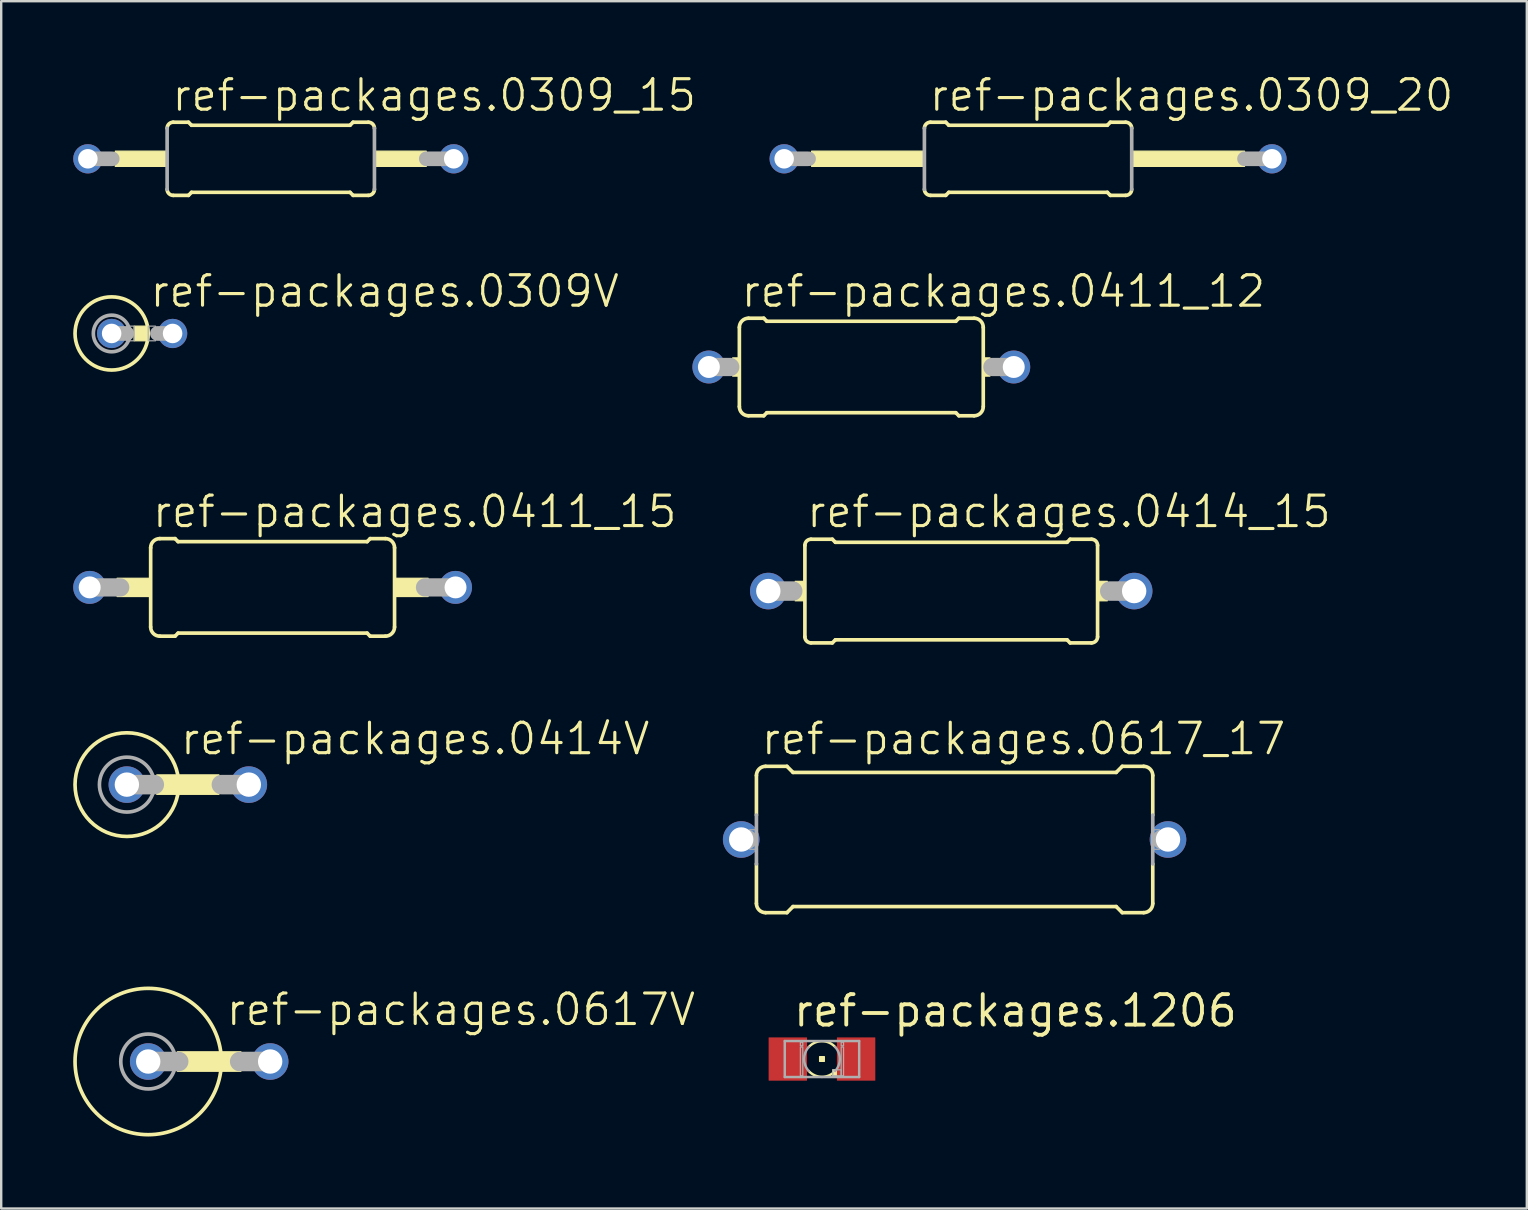
<source format=kicad_pcb>
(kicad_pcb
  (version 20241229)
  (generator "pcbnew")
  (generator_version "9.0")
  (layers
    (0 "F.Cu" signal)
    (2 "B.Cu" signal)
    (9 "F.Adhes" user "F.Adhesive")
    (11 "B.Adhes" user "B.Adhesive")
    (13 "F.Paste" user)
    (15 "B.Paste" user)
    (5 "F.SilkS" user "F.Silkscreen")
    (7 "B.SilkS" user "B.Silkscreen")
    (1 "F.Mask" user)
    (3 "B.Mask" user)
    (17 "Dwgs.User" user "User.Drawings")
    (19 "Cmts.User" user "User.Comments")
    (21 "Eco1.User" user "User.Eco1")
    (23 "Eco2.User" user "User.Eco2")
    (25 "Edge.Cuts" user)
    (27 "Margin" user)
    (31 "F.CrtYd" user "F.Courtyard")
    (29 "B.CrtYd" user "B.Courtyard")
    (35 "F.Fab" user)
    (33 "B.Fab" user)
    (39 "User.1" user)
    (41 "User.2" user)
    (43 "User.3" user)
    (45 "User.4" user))
  (footprint "ref-packages.0309_15"
    (layer "F.Cu")
    (at 8.23 3.565)
    (property "Reference" "ref-packages.0309_15" (at -4.191 -1.905 0) (layer "F.SilkS") (effects (font (size 1.27 1.27) (thickness 0.13)) (justify left bottom)))
    (attr through_hole)
    (fp_line (start -4.064 -1.524) (end -3.429 -1.524) (stroke (width 0.152) (type default)) (layer "F.SilkS"))
    (fp_line (start -4.064 1.524) (end -3.429 1.524) (stroke (width 0.152) (type default)) (layer "F.SilkS"))
    (fp_line (start -3.302 -1.397) (end -3.429 -1.524) (stroke (width 0.152) (type default)) (layer "F.SilkS"))
    (fp_line (start -3.302 1.397) (end -3.429 1.524) (stroke (width 0.152) (type default)) (layer "F.SilkS"))
    (fp_line (start 3.302 -1.397) (end -3.302 -1.397) (stroke (width 0.152) (type default)) (layer "F.SilkS"))
    (fp_line (start 3.302 -1.397) (end 3.429 -1.524) (stroke (width 0.152) (type default)) (layer "F.SilkS"))
    (fp_line (start 3.302 1.397) (end -3.302 1.397) (stroke (width 0.152) (type default)) (layer "F.SilkS"))
    (fp_line (start 3.302 1.397) (end 3.429 1.524) (stroke (width 0.152) (type default)) (layer "F.SilkS"))
    (fp_line (start 4.064 -1.524) (end 3.429 -1.524) (stroke (width 0.152) (type default)) (layer "F.SilkS"))
    (fp_line (start 4.064 1.524) (end 3.429 1.524) (stroke (width 0.152) (type default)) (layer "F.SilkS"))
    (fp_rect (start -6.477 0.318) (end -4.318 -0.318) (stroke (width 0.05) (type default)) (fill yes) (layer "F.SilkS"))
    (fp_rect (start 4.318 0.318) (end 6.477 -0.318) (stroke (width 0.05) (type default)) (fill yes) (layer "F.SilkS"))
    (fp_arc (start -4.318 -1.27) (mid -4.243605 -1.449605) (end -4.064 -1.524) (stroke (width 0.1524) (type default)) (layer "F.SilkS"))
    (fp_arc (start -4.064 1.524) (mid -4.243605 1.449605) (end -4.318 1.27) (stroke (width 0.1524) (type default)) (layer "F.SilkS"))
    (fp_arc (start 4.064 -1.524) (mid 4.243605 -1.449605) (end 4.318 -1.27) (stroke (width 0.1524) (type default)) (layer "F.SilkS"))
    (fp_arc (start 4.318 1.27) (mid 4.243605 1.449605) (end 4.064 1.524) (stroke (width 0.1524) (type default)) (layer "F.SilkS"))
    (fp_line (start -6.604 0) (end -7.62 0) (stroke (width 0.61) (type default)) (layer "F.Fab"))
    (fp_line (start -4.318 1.27) (end -4.318 -1.27) (stroke (width 0.152) (type default)) (layer "F.Fab"))
    (fp_line (start 4.318 1.27) (end 4.318 -1.27) (stroke (width 0.152) (type default)) (layer "F.Fab"))
    (fp_line (start 7.62 0) (end 6.477 0) (stroke (width 0.61) (type default)) (layer "F.Fab"))
    (pad "1" thru_hole circle (at -7.62 0) (size 1.219 1.219) (drill 0.813) (layers "*.Cu" "*.Mask"))
    (pad "2" thru_hole circle (at 7.62 0) (size 1.219 1.219) (drill 0.813) (layers "*.Cu" "*.Mask")))
  (footprint "ref-packages.0411_15"
    (layer "F.Cu")
    (at 8.306 21.419)
    (property "Reference" "ref-packages.0411_15" (at -5.08 -2.413 0) (layer "F.SilkS") (effects (font (size 1.27 1.27) (thickness 0.13)) (justify left bottom)))
    (attr through_hole)
    (fp_line (start -5.08 -1.651) (end -5.08 1.651) (stroke (width 0.152) (type default)) (layer "F.SilkS"))
    (fp_line (start -4.699 -2.032) (end -4.064 -2.032) (stroke (width 0.152) (type default)) (layer "F.SilkS"))
    (fp_line (start -4.699 2.032) (end -4.064 2.032) (stroke (width 0.152) (type default)) (layer "F.SilkS"))
    (fp_line (start -3.937 -1.905) (end -4.064 -2.032) (stroke (width 0.152) (type default)) (layer "F.SilkS"))
    (fp_line (start -3.937 -1.905) (end 3.937 -1.905) (stroke (width 0.152) (type default)) (layer "F.SilkS"))
    (fp_line (start -3.937 1.905) (end -4.064 2.032) (stroke (width 0.152) (type default)) (layer "F.SilkS"))
    (fp_line (start -3.937 1.905) (end 3.937 1.905) (stroke (width 0.152) (type default)) (layer "F.SilkS"))
    (fp_line (start 3.937 -1.905) (end 4.064 -2.032) (stroke (width 0.152) (type default)) (layer "F.SilkS"))
    (fp_line (start 3.937 1.905) (end 4.064 2.032) (stroke (width 0.152) (type default)) (layer "F.SilkS"))
    (fp_line (start 4.699 -2.032) (end 4.064 -2.032) (stroke (width 0.152) (type default)) (layer "F.SilkS"))
    (fp_line (start 4.699 2.032) (end 4.064 2.032) (stroke (width 0.152) (type default)) (layer "F.SilkS"))
    (fp_line (start 5.08 1.651) (end 5.08 -1.651) (stroke (width 0.152) (type default)) (layer "F.SilkS"))
    (fp_rect (start -6.477 0.381) (end -5.08 -0.381) (stroke (width 0.05) (type default)) (fill yes) (layer "F.SilkS"))
    (fp_rect (start 5.08 0.381) (end 6.477 -0.381) (stroke (width 0.05) (type default)) (fill yes) (layer "F.SilkS"))
    (fp_arc (start -5.08 -1.651) (mid -4.968408 -1.920408) (end -4.699 -2.032) (stroke (width 0.1524) (type default)) (layer "F.SilkS"))
    (fp_arc (start -4.699 2.032) (mid -4.968408 1.920408) (end -5.08 1.651) (stroke (width 0.1524) (type default)) (layer "F.SilkS"))
    (fp_arc (start 4.699 -2.032) (mid 4.968408 -1.920408) (end 5.08 -1.651) (stroke (width 0.1524) (type default)) (layer "F.SilkS"))
    (fp_arc (start 5.08 1.651) (mid 4.968408 1.920408) (end 4.699 2.032) (stroke (width 0.1524) (type default)) (layer "F.SilkS"))
    (fp_line (start -7.62 0) (end -6.35 0) (stroke (width 0.762) (type default)) (layer "F.Fab"))
    (fp_line (start 6.35 0) (end 7.62 0) (stroke (width 0.762) (type default)) (layer "F.Fab"))
    (pad "1" thru_hole circle (at -7.62 0) (size 1.372 1.372) (drill 0.914) (layers "*.Cu" "*.Mask"))
    (pad "2" thru_hole circle (at 7.62 0) (size 1.372 1.372) (drill 0.914) (layers "*.Cu" "*.Mask")))
  (footprint "ref-packages.0414_15"
    (layer "F.Cu")
    (at 36.576 21.572)
    (property "Reference" "ref-packages.0414_15" (at -6.096 -2.565 0) (layer "F.SilkS") (effects (font (size 1.27 1.27) (thickness 0.13)) (justify left bottom)))
    (attr through_hole)
    (fp_line (start -6.096 1.905) (end -6.096 -1.905) (stroke (width 0.152) (type default)) (layer "F.SilkS"))
    (fp_line (start -5.842 -2.159) (end -4.953 -2.159) (stroke (width 0.152) (type default)) (layer "F.SilkS"))
    (fp_line (start -5.842 2.159) (end -4.953 2.159) (stroke (width 0.152) (type default)) (layer "F.SilkS"))
    (fp_line (start -4.826 -2.032) (end -4.953 -2.159) (stroke (width 0.152) (type default)) (layer "F.SilkS"))
    (fp_line (start -4.826 2.032) (end -4.953 2.159) (stroke (width 0.152) (type default)) (layer "F.SilkS"))
    (fp_line (start 4.826 -2.032) (end -4.826 -2.032) (stroke (width 0.152) (type default)) (layer "F.SilkS"))
    (fp_line (start 4.826 -2.032) (end 4.953 -2.159) (stroke (width 0.152) (type default)) (layer "F.SilkS"))
    (fp_line (start 4.826 2.032) (end -4.826 2.032) (stroke (width 0.152) (type default)) (layer "F.SilkS"))
    (fp_line (start 4.826 2.032) (end 4.953 2.159) (stroke (width 0.152) (type default)) (layer "F.SilkS"))
    (fp_line (start 5.842 -2.159) (end 4.953 -2.159) (stroke (width 0.152) (type default)) (layer "F.SilkS"))
    (fp_line (start 5.842 2.159) (end 4.953 2.159) (stroke (width 0.152) (type default)) (layer "F.SilkS"))
    (fp_line (start 6.096 1.905) (end 6.096 -1.905) (stroke (width 0.152) (type default)) (layer "F.SilkS"))
    (fp_rect (start -6.502 0.406) (end -6.096 -0.406) (stroke (width 0.05) (type default)) (fill yes) (layer "F.SilkS"))
    (fp_rect (start 6.096 0.406) (end 6.502 -0.406) (stroke (width 0.05) (type default)) (fill yes) (layer "F.SilkS"))
    (fp_arc (start -6.096 -1.905) (mid -6.021605 -2.084605) (end -5.842 -2.159) (stroke (width 0.1524) (type default)) (layer "F.SilkS"))
    (fp_arc (start -5.842 2.159) (mid -6.021605 2.084605) (end -6.096 1.905) (stroke (width 0.1524) (type default)) (layer "F.SilkS"))
    (fp_arc (start 5.842 -2.159) (mid 6.021605 -2.084605) (end 6.096 -1.905) (stroke (width 0.1524) (type default)) (layer "F.SilkS"))
    (fp_arc (start 6.096 1.905) (mid 6.021605 2.084605) (end 5.842 2.159) (stroke (width 0.1524) (type default)) (layer "F.SilkS"))
    (fp_line (start -7.62 0) (end -6.604 0) (stroke (width 0.813) (type default)) (layer "F.Fab"))
    (fp_line (start 7.62 0) (end 6.604 0) (stroke (width 0.813) (type default)) (layer "F.Fab"))
    (pad "1" thru_hole circle (at -7.62 0) (size 1.524 1.524) (drill 1.016) (layers "*.Cu" "*.Mask"))
    (pad "2" thru_hole circle (at 7.62 0) (size 1.524 1.524) (drill 1.016) (layers "*.Cu" "*.Mask")))
  (footprint "ref-packages.0414V"
    (layer "F.Cu")
    (at 4.775 29.635)
    (property "Reference" "ref-packages.0414V" (at -0.381 -1.168 0) (layer "F.SilkS") (effects (font (size 1.27 1.27) (thickness 0.13)) (justify left bottom)))
    (attr through_hole)
    (fp_rect (start -1.295 0.406) (end 1.295 -0.406) (stroke (width 0.05) (type default)) (fill yes) (layer "F.SilkS"))
    (fp_circle (center -2.54 0) (end -0.381 0) (stroke (width 0.152) (type default)) (fill no) (layer "F.SilkS"))
    (fp_line (start -2.54 0) (end -1.397 0) (stroke (width 0.813) (type default)) (layer "F.Fab"))
    (fp_line (start 2.54 0) (end 1.397 0) (stroke (width 0.813) (type default)) (layer "F.Fab"))
    (fp_circle (center -2.54 0) (end -1.397 0) (stroke (width 0.152) (type default)) (fill no) (layer "F.Fab"))
    (pad "1" thru_hole circle (at -2.54 0) (size 1.524 1.524) (drill 1.016) (layers "*.Cu" "*.Mask"))
    (pad "2" thru_hole circle (at 2.54 0) (size 1.524 1.524) (drill 1.016) (layers "*.Cu" "*.Mask")))
  (footprint "ref-packages.0411_12"
    (layer "F.Cu")
    (at 32.83 12.238)
    (property "Reference" "ref-packages.0411_12" (at -5.08 -2.413 0) (layer "F.SilkS") (effects (font (size 1.27 1.27) (thickness 0.13)) (justify left bottom)))
    (attr through_hole)
    (fp_line (start -5.08 -1.651) (end -5.08 1.651) (stroke (width 0.152) (type default)) (layer "F.SilkS"))
    (fp_line (start -4.699 -2.032) (end -4.064 -2.032) (stroke (width 0.152) (type default)) (layer "F.SilkS"))
    (fp_line (start -4.699 2.032) (end -4.064 2.032) (stroke (width 0.152) (type default)) (layer "F.SilkS"))
    (fp_line (start -3.937 -1.905) (end -4.064 -2.032) (stroke (width 0.152) (type default)) (layer "F.SilkS"))
    (fp_line (start -3.937 -1.905) (end 3.937 -1.905) (stroke (width 0.152) (type default)) (layer "F.SilkS"))
    (fp_line (start -3.937 1.905) (end -4.064 2.032) (stroke (width 0.152) (type default)) (layer "F.SilkS"))
    (fp_line (start -3.937 1.905) (end 3.937 1.905) (stroke (width 0.152) (type default)) (layer "F.SilkS"))
    (fp_line (start 3.937 -1.905) (end 4.064 -2.032) (stroke (width 0.152) (type default)) (layer "F.SilkS"))
    (fp_line (start 3.937 1.905) (end 4.064 2.032) (stroke (width 0.152) (type default)) (layer "F.SilkS"))
    (fp_line (start 4.699 -2.032) (end 4.064 -2.032) (stroke (width 0.152) (type default)) (layer "F.SilkS"))
    (fp_line (start 4.699 2.032) (end 4.064 2.032) (stroke (width 0.152) (type default)) (layer "F.SilkS"))
    (fp_line (start 5.08 1.651) (end 5.08 -1.651) (stroke (width 0.152) (type default)) (layer "F.SilkS"))
    (fp_rect (start -5.359 0.381) (end -5.08 -0.381) (stroke (width 0.05) (type default)) (fill yes) (layer "F.SilkS"))
    (fp_rect (start 5.08 0.381) (end 5.359 -0.381) (stroke (width 0.05) (type default)) (fill yes) (layer "F.SilkS"))
    (fp_arc (start -5.08 -1.651) (mid -4.968408 -1.920408) (end -4.699 -2.032) (stroke (width 0.1524) (type default)) (layer "F.SilkS"))
    (fp_arc (start -4.699 2.032) (mid -4.968408 1.920408) (end -5.08 1.651) (stroke (width 0.1524) (type default)) (layer "F.SilkS"))
    (fp_arc (start 4.699 -2.032) (mid 4.968408 -1.920408) (end 5.08 -1.651) (stroke (width 0.1524) (type default)) (layer "F.SilkS"))
    (fp_arc (start 5.08 1.651) (mid 4.968408 1.920408) (end 4.699 2.032) (stroke (width 0.1524) (type default)) (layer "F.SilkS"))
    (fp_line (start -6.35 0) (end -5.461 0) (stroke (width 0.762) (type default)) (layer "F.Fab"))
    (fp_line (start 6.35 0) (end 5.461 0) (stroke (width 0.762) (type default)) (layer "F.Fab"))
    (pad "1" thru_hole circle (at -6.35 0) (size 1.372 1.372) (drill 0.914) (layers "*.Cu" "*.Mask"))
    (pad "2" thru_hole circle (at 6.35 0) (size 1.372 1.372) (drill 0.914) (layers "*.Cu" "*.Mask")))
  (footprint "ref-packages.0617_17"
    (layer "F.Cu")
    (at 36.716 31.921)
    (property "Reference" "ref-packages.0617_17" (at -8.128 -3.454 0) (layer "F.SilkS") (effects (font (size 1.27 1.27) (thickness 0.13)) (justify left bottom)))
    (attr through_hole)
    (fp_line (start -8.255 -1.016) (end -8.255 -2.667) (stroke (width 0.152) (type default)) (layer "F.SilkS"))
    (fp_line (start -8.255 2.667) (end -8.255 1.016) (stroke (width 0.152) (type default)) (layer "F.SilkS"))
    (fp_line (start -7.874 -3.048) (end -6.985 -3.048) (stroke (width 0.152) (type default)) (layer "F.SilkS"))
    (fp_line (start -7.874 3.048) (end -6.985 3.048) (stroke (width 0.152) (type default)) (layer "F.SilkS"))
    (fp_line (start -6.731 -2.794) (end -6.985 -3.048) (stroke (width 0.152) (type default)) (layer "F.SilkS"))
    (fp_line (start -6.731 2.794) (end -6.985 3.048) (stroke (width 0.152) (type default)) (layer "F.SilkS"))
    (fp_line (start 6.731 -2.794) (end -6.731 -2.794) (stroke (width 0.152) (type default)) (layer "F.SilkS"))
    (fp_line (start 6.731 -2.794) (end 6.985 -3.048) (stroke (width 0.152) (type default)) (layer "F.SilkS"))
    (fp_line (start 6.731 2.794) (end -6.731 2.794) (stroke (width 0.152) (type default)) (layer "F.SilkS"))
    (fp_line (start 6.731 2.794) (end 6.985 3.048) (stroke (width 0.152) (type default)) (layer "F.SilkS"))
    (fp_line (start 7.874 -3.048) (end 6.985 -3.048) (stroke (width 0.152) (type default)) (layer "F.SilkS"))
    (fp_line (start 7.874 3.048) (end 6.985 3.048) (stroke (width 0.152) (type default)) (layer "F.SilkS"))
    (fp_line (start 8.255 -1.016) (end 8.255 -2.667) (stroke (width 0.152) (type default)) (layer "F.SilkS"))
    (fp_line (start 8.255 2.667) (end 8.255 1.016) (stroke (width 0.152) (type default)) (layer "F.SilkS"))
    (fp_arc (start -8.255 -2.667) (mid -8.143408 -2.936408) (end -7.874 -3.048) (stroke (width 0.1524) (type default)) (layer "F.SilkS"))
    (fp_arc (start -7.874 3.048) (mid -8.143408 2.936408) (end -8.255 2.667) (stroke (width 0.1524) (type default)) (layer "F.SilkS"))
    (fp_arc (start 7.874 -3.048) (mid 8.143408 -2.936408) (end 8.255 -2.667) (stroke (width 0.1524) (type default)) (layer "F.SilkS"))
    (fp_arc (start 8.255 2.667) (mid 8.143408 2.936408) (end 7.874 3.048) (stroke (width 0.1524) (type default)) (layer "F.SilkS"))
    (fp_line (start -8.89 0) (end -8.636 0) (stroke (width 0.813) (type default)) (layer "F.Fab"))
    (fp_line (start -8.255 -1.016) (end -8.255 1.016) (stroke (width 0.152) (type default)) (layer "F.Fab"))
    (fp_line (start 8.255 -1.016) (end 8.255 1.016) (stroke (width 0.152) (type default)) (layer "F.Fab"))
    (fp_line (start 8.636 0) (end 8.89 0) (stroke (width 0.813) (type default)) (layer "F.Fab"))
    (fp_rect (start -8.534 0.406) (end -8.23 -0.406) (stroke (width 0.05) (type default)) (fill no) (layer "F.Fab"))
    (fp_rect (start 8.23 0.406) (end 8.534 -0.406) (stroke (width 0.05) (type default)) (fill no) (layer "F.Fab"))
    (pad "1" thru_hole circle (at -8.89 0) (size 1.524 1.524) (drill 1.016) (layers "*.Cu" "*.Mask"))
    (pad "2" thru_hole circle (at 8.89 0) (size 1.524 1.524) (drill 1.016) (layers "*.Cu" "*.Mask")))
  (footprint "ref-packages.1206"
    (layer "F.Cu")
    (at 31.191 41.066)
    (property "Reference" "ref-packages.1206" (at -1.27 -1.27 0) (layer "F.SilkS") (effects (font (size 1.27 1.27) (thickness 0.16)) (justify left bottom)))
    (attr smd)
    (fp_rect (start -0.1 0.1) (end 0.1 -0.1) (stroke (width 0.05) (type default)) (fill yes) (layer "F.SilkS"))
    (fp_rect (start 0.45 0.7) (end 0.6 0.45) (stroke (width 0.05) (type default)) (fill yes) (layer "F.SilkS"))
    (fp_arc (start -0.55 -0.5) (mid 0 -0.743303) (end 0.55 -0.5) (stroke (width 0.1016) (type default)) (layer "F.SilkS"))
    (fp_arc (start 0.55 0.5) (mid 0 0.743303) (end -0.55 0.5) (stroke (width 0.1016) (type default)) (layer "F.SilkS"))
    (fp_line (start -1.55 -0.75) (end 1.55 -0.75) (stroke (width 0.102) (type default)) (layer "F.Fab"))
    (fp_line (start -1.55 0.75) (end -1.55 -0.75) (stroke (width 0.102) (type default)) (layer "F.Fab"))
    (fp_line (start 1.55 -0.75) (end 1.55 0.75) (stroke (width 0.102) (type default)) (layer "F.Fab"))
    (fp_line (start 1.55 0.75) (end -1.55 0.75) (stroke (width 0.102) (type default)) (layer "F.Fab"))
    (fp_rect (start -0.9 -0.55) (end -0.8 -0.7) (stroke (width 0.05) (type default)) (fill no) (layer "F.Fab"))
    (fp_rect (start -0.9 0.7) (end -0.8 -0.5) (stroke (width 0.05) (type default)) (fill no) (layer "F.Fab"))
    (fp_rect (start 0.45 0.7) (end 0.8 0.45) (stroke (width 0.05) (type default)) (fill no) (layer "F.Fab"))
    (fp_rect (start 0.8 -0.55) (end 0.9 -0.7) (stroke (width 0.05) (type default)) (fill no) (layer "F.Fab"))
    (fp_rect (start 0.8 0.7) (end 0.9 -0.5) (stroke (width 0.05) (type default)) (fill no) (layer "F.Fab"))
    (fp_arc (start -0.55 0.5) (mid -0.743303 0) (end -0.55 -0.5) (stroke (width 0.1016) (type default)) (layer "F.Fab"))
    (fp_arc (start 0.55 -0.5) (mid 0.743303 0) (end 0.55 0.5) (stroke (width 0.1016) (type default)) (layer "F.Fab"))
    (pad "A" smd roundrect (at -1.422 0) (size 1.6 1.803) (layers "F.Cu" "F.Mask" "F.Paste") (roundrect_rratio 0.01))
    (pad "C" smd roundrect (at 1.422 0) (size 1.6 1.803) (layers "F.Cu" "F.Mask" "F.Paste") (roundrect_rratio 0.01)))
  (footprint "ref-packages.0617V"
    (layer "F.Cu")
    (at 5.664 41.17)
    (property "Reference" "ref-packages.0617V" (at 0.635 -1.422 0) (layer "F.SilkS") (effects (font (size 1.27 1.27) (thickness 0.13)) (justify left bottom)))
    (attr through_hole)
    (fp_rect (start -1.321 0.406) (end 1.321 -0.406) (stroke (width 0.05) (type default)) (fill yes) (layer "F.SilkS"))
    (fp_circle (center -2.54 0) (end 0.508 0) (stroke (width 0.152) (type default)) (fill no) (layer "F.SilkS"))
    (fp_line (start -2.54 0) (end -1.27 0) (stroke (width 0.813) (type default)) (layer "F.Fab"))
    (fp_line (start 1.27 0) (end 2.54 0) (stroke (width 0.813) (type default)) (layer "F.Fab"))
    (fp_circle (center -2.54 0) (end -1.397 0) (stroke (width 0.152) (type default)) (fill no) (layer "F.Fab"))
    (pad "1" thru_hole circle (at -2.54 0) (size 1.524 1.524) (drill 1.016) (layers "*.Cu" "*.Mask"))
    (pad "2" thru_hole circle (at 2.54 0) (size 1.524 1.524) (drill 1.016) (layers "*.Cu" "*.Mask")))
  (footprint "ref-packages.0309_20"
    (layer "F.Cu")
    (at 39.776 3.565)
    (property "Reference" "ref-packages.0309_20" (at -4.191 -1.905 0) (layer "F.SilkS") (effects (font (size 1.27 1.27) (thickness 0.13)) (justify left bottom)))
    (attr through_hole)
    (fp_line (start -4.064 -1.524) (end -3.429 -1.524) (stroke (width 0.152) (type default)) (layer "F.SilkS"))
    (fp_line (start -4.064 1.524) (end -3.429 1.524) (stroke (width 0.152) (type default)) (layer "F.SilkS"))
    (fp_line (start -3.302 -1.397) (end -3.429 -1.524) (stroke (width 0.152) (type default)) (layer "F.SilkS"))
    (fp_line (start -3.302 1.397) (end -3.429 1.524) (stroke (width 0.152) (type default)) (layer "F.SilkS"))
    (fp_line (start 3.302 -1.397) (end -3.302 -1.397) (stroke (width 0.152) (type default)) (layer "F.SilkS"))
    (fp_line (start 3.302 -1.397) (end 3.429 -1.524) (stroke (width 0.152) (type default)) (layer "F.SilkS"))
    (fp_line (start 3.302 1.397) (end -3.302 1.397) (stroke (width 0.152) (type default)) (layer "F.SilkS"))
    (fp_line (start 3.302 1.397) (end 3.429 1.524) (stroke (width 0.152) (type default)) (layer "F.SilkS"))
    (fp_line (start 4.064 -1.524) (end 3.429 -1.524) (stroke (width 0.152) (type default)) (layer "F.SilkS"))
    (fp_line (start 4.064 1.524) (end 3.429 1.524) (stroke (width 0.152) (type default)) (layer "F.SilkS"))
    (fp_rect (start -9.017 0.318) (end -4.318 -0.318) (stroke (width 0.05) (type default)) (fill yes) (layer "F.SilkS"))
    (fp_rect (start 4.318 0.318) (end 9.017 -0.318) (stroke (width 0.05) (type default)) (fill yes) (layer "F.SilkS"))
    (fp_arc (start -4.318 -1.27) (mid -4.243605 -1.449605) (end -4.064 -1.524) (stroke (width 0.1524) (type default)) (layer "F.SilkS"))
    (fp_arc (start -4.064 1.524) (mid -4.243605 1.449605) (end -4.318 1.27) (stroke (width 0.1524) (type default)) (layer "F.SilkS"))
    (fp_arc (start 4.064 -1.524) (mid 4.243605 -1.449605) (end 4.318 -1.27) (stroke (width 0.1524) (type default)) (layer "F.SilkS"))
    (fp_arc (start 4.318 1.27) (mid 4.243605 1.449605) (end 4.064 1.524) (stroke (width 0.1524) (type default)) (layer "F.SilkS"))
    (fp_line (start -9.144 0) (end -10.16 0) (stroke (width 0.61) (type default)) (layer "F.Fab"))
    (fp_line (start -4.318 1.27) (end -4.318 -1.27) (stroke (width 0.152) (type default)) (layer "F.Fab"))
    (fp_line (start 4.318 1.27) (end 4.318 -1.27) (stroke (width 0.152) (type default)) (layer "F.Fab"))
    (fp_line (start 10.16 0) (end 9.017 0) (stroke (width 0.61) (type default)) (layer "F.Fab"))
    (pad "1" thru_hole circle (at -10.16 0) (size 1.219 1.219) (drill 0.813) (layers "*.Cu" "*.Mask"))
    (pad "2" thru_hole circle (at 10.16 0) (size 1.219 1.219) (drill 0.813) (layers "*.Cu" "*.Mask")))
  (footprint "ref-packages.0309V"
    (layer "F.Cu")
    (at 2.87 10.841)
    (property "Reference" "ref-packages.0309V" (at 0.254 -1.016 0) (layer "F.SilkS") (effects (font (size 1.27 1.27) (thickness 0.13)) (justify left bottom)))
    (attr through_hole)
    (fp_rect (start -0.33 0.305) (end 0.254 -0.305) (stroke (width 0.05) (type default)) (fill yes) (layer "F.SilkS"))
    (fp_circle (center -1.27 0) (end 0.254 0) (stroke (width 0.152) (type default)) (fill no) (layer "F.SilkS"))
    (fp_line (start -0.635 0) (end -1.27 0) (stroke (width 0.61) (type default)) (layer "F.Fab"))
    (fp_line (start 1.27 0) (end 0.635 0) (stroke (width 0.61) (type default)) (layer "F.Fab"))
    (fp_rect (start -0.635 0.305) (end -0.33 -0.305) (stroke (width 0.05) (type default)) (fill no) (layer "F.Fab"))
    (fp_rect (start 0.254 0.305) (end 0.559 -0.305) (stroke (width 0.05) (type default)) (fill no) (layer "F.Fab"))
    (fp_circle (center -1.27 0) (end -0.508 0) (stroke (width 0.152) (type default)) (fill no) (layer "F.Fab"))
    (pad "1" thru_hole circle (at -1.27 0) (size 1.219 1.219) (drill 0.813) (layers "*.Cu" "*.Mask"))
    (pad "2" thru_hole circle (at 1.27 0) (size 1.219 1.219) (drill 0.813) (layers "*.Cu" "*.Mask")))
  (gr_rect
    (start -3 -3)
    (end 60.553 47.294)
    (stroke (width 0.1) (type default))
    (fill no)
    (layer "Edge.Cuts")))
</source>
